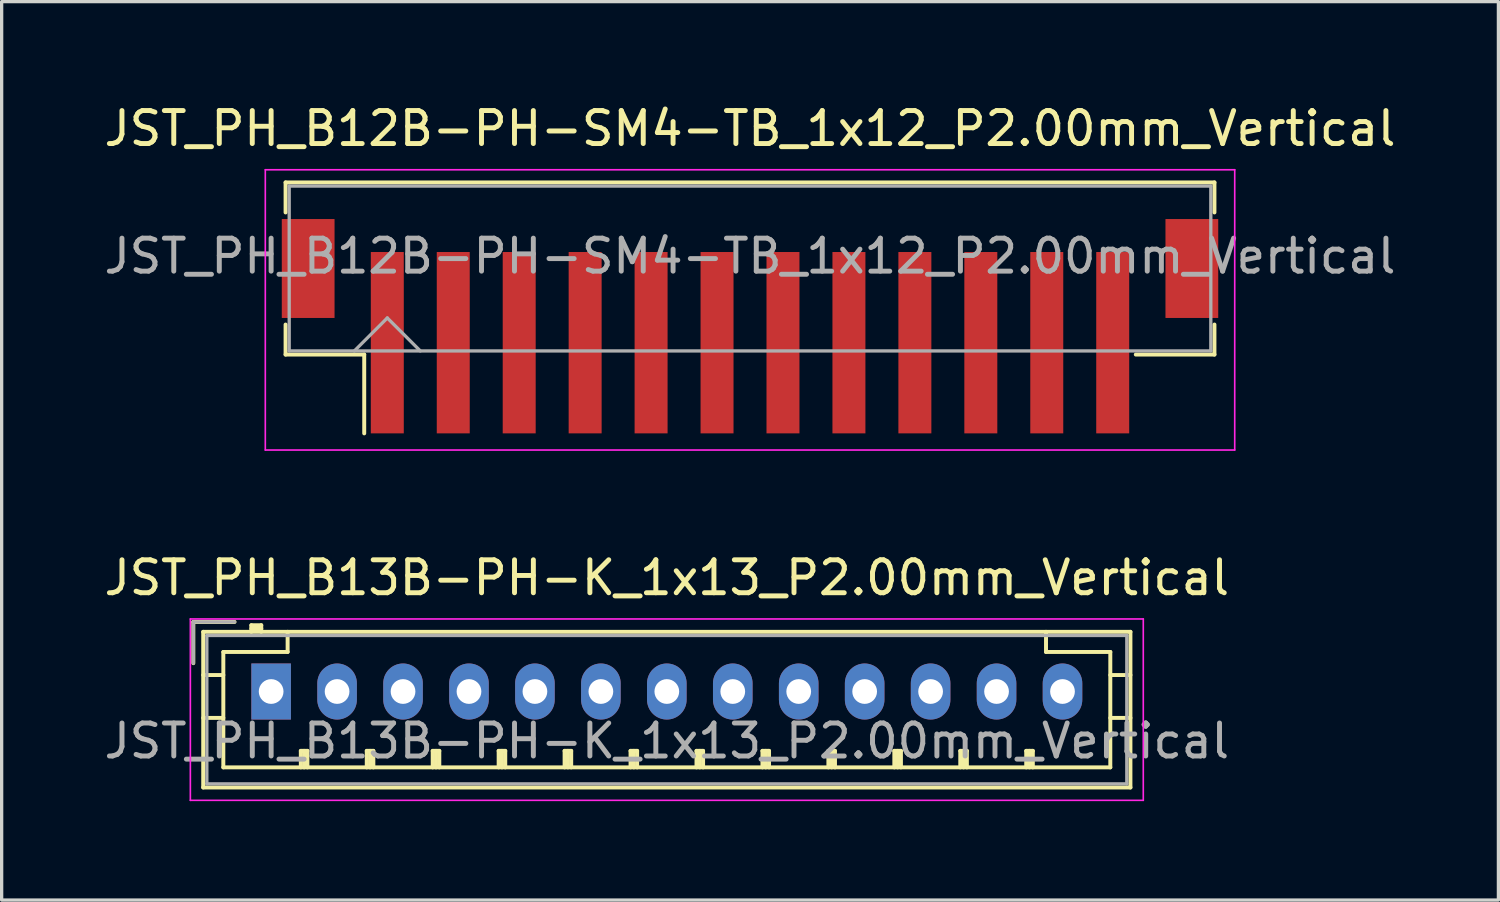
<source format=kicad_pcb>
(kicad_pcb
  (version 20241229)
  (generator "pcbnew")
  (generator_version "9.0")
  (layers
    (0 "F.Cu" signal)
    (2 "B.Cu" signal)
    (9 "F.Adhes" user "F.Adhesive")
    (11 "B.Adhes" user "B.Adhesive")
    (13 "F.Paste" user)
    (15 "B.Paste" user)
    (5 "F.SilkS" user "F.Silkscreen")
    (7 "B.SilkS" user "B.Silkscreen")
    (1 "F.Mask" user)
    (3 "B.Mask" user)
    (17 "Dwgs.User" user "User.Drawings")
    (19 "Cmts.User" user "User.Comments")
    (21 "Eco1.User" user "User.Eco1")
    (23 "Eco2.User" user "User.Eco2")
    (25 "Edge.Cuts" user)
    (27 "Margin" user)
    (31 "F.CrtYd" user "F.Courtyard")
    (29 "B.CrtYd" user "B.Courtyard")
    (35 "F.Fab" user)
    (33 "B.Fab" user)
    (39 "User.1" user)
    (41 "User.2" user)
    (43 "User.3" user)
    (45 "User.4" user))
  (footprint "JST_PH_B12B-PH-SM4-TB_1x12_P2.00mm_Vertical"
    (layer "F.Cu")
    (at 19.696 6.218)
    (property "Reference" "JST_PH_B12B-PH-SM4-TB_1x12_P2.00mm_Vertical" (at 0 -5.37 0) (layer "F.SilkS") (effects (font (size 1 1) (thickness 0.15))))
    (attr smd)
    (fp_line (start -14.085 -3.735) (end 14.085 -3.735) (stroke (width 0.12) (type solid)) (layer "F.SilkS"))
    (fp_line (start -14.085 -2.825) (end -14.085 -3.735) (stroke (width 0.12) (type solid)) (layer "F.SilkS"))
    (fp_line (start -14.085 0.575) (end -14.085 1.485) (stroke (width 0.12) (type solid)) (layer "F.SilkS"))
    (fp_line (start -14.085 1.485) (end -11.7 1.485) (stroke (width 0.12) (type solid)) (layer "F.SilkS"))
    (fp_line (start -11.7 1.485) (end -11.7 3.875) (stroke (width 0.12) (type solid)) (layer "F.SilkS"))
    (fp_line (start 14.085 -3.735) (end 14.085 -2.825) (stroke (width 0.12) (type solid)) (layer "F.SilkS"))
    (fp_line (start 14.085 0.575) (end 14.085 1.485) (stroke (width 0.12) (type solid)) (layer "F.SilkS"))
    (fp_line (start 14.085 1.485) (end 11.7 1.485) (stroke (width 0.12) (type solid)) (layer "F.SilkS"))
    (fp_line (start -14.7 -4.12) (end -14.7 4.38) (stroke (width 0.05) (type solid)) (layer "F.CrtYd"))
    (fp_line (start -14.7 4.38) (end 14.7 4.38) (stroke (width 0.05) (type solid)) (layer "F.CrtYd"))
    (fp_line (start 14.7 -4.12) (end -14.7 -4.12) (stroke (width 0.05) (type solid)) (layer "F.CrtYd"))
    (fp_line (start 14.7 4.38) (end 14.7 -4.12) (stroke (width 0.05) (type solid)) (layer "F.CrtYd"))
    (fp_line (start -13.975 -3.625) (end -13.975 1.375) (stroke (width 0.1) (type solid)) (layer "F.Fab"))
    (fp_line (start -13.975 1.375) (end 13.975 1.375) (stroke (width 0.1) (type solid)) (layer "F.Fab"))
    (fp_line (start -12 1.375) (end -11 0.375) (stroke (width 0.1) (type solid)) (layer "F.Fab"))
    (fp_line (start -11 0.375) (end -10 1.375) (stroke (width 0.1) (type solid)) (layer "F.Fab"))
    (fp_line (start 13.975 -3.625) (end -13.975 -3.625) (stroke (width 0.1) (type solid)) (layer "F.Fab"))
    (fp_line (start 13.975 1.375) (end 13.975 -3.625) (stroke (width 0.1) (type solid)) (layer "F.Fab"))
    (fp_text user "${REFERENCE}" (at 0 -1.5 0) (layer "F.Fab") (effects (font (size 1 1) (thickness 0.15))))
    (pad "" smd rect (at -13.4 -1.125) (size 1.6 3) (layers "F.Cu" "F.Mask" "F.Paste"))
    (pad "" smd rect (at 13.4 -1.125) (size 1.6 3) (layers "F.Cu" "F.Mask" "F.Paste"))
    (pad "1" smd rect (at -11 1.125) (size 1 5.5) (layers "F.Cu" "F.Mask" "F.Paste"))
    (pad "2" smd rect (at -9 1.125) (size 1 5.5) (layers "F.Cu" "F.Mask" "F.Paste"))
    (pad "3" smd rect (at -7 1.125) (size 1 5.5) (layers "F.Cu" "F.Mask" "F.Paste"))
    (pad "4" smd rect (at -5 1.125) (size 1 5.5) (layers "F.Cu" "F.Mask" "F.Paste"))
    (pad "5" smd rect (at -3 1.125) (size 1 5.5) (layers "F.Cu" "F.Mask" "F.Paste"))
    (pad "6" smd rect (at -1 1.125) (size 1 5.5) (layers "F.Cu" "F.Mask" "F.Paste"))
    (pad "7" smd rect (at 1 1.125) (size 1 5.5) (layers "F.Cu" "F.Mask" "F.Paste"))
    (pad "8" smd rect (at 3 1.125) (size 1 5.5) (layers "F.Cu" "F.Mask" "F.Paste"))
    (pad "9" smd rect (at 5 1.125) (size 1 5.5) (layers "F.Cu" "F.Mask" "F.Paste"))
    (pad "10" smd rect (at 7 1.125) (size 1 5.5) (layers "F.Cu" "F.Mask" "F.Paste"))
    (pad "11" smd rect (at 9 1.125) (size 1 5.5) (layers "F.Cu" "F.Mask" "F.Paste"))
    (pad "12" smd rect (at 11 1.125) (size 1 5.5) (layers "F.Cu" "F.Mask" "F.Paste")))
  (footprint "JST_PH_B13B-PH-K_1x13_P2.00mm_Vertical"
    (layer "F.Cu")
    (at 5.173 17.922)
    (property "Reference" "JST_PH_B13B-PH-K_1x13_P2.00mm_Vertical" (at 12 -3.45 0) (layer "F.SilkS") (effects (font (size 1 1) (thickness 0.15))))
    (attr through_hole)
    (fp_line (start -2.36 -2.11) (end -2.36 -0.86) (stroke (width 0.12) (type solid)) (layer "F.SilkS"))
    (fp_line (start -2.06 -1.81) (end -2.06 2.91) (stroke (width 0.12) (type solid)) (layer "F.SilkS"))
    (fp_line (start -2.06 -0.5) (end -1.45 -0.5) (stroke (width 0.12) (type solid)) (layer "F.SilkS"))
    (fp_line (start -2.06 0.8) (end -1.45 0.8) (stroke (width 0.12) (type solid)) (layer "F.SilkS"))
    (fp_line (start -2.06 2.91) (end 26.06 2.91) (stroke (width 0.12) (type solid)) (layer "F.SilkS"))
    (fp_line (start -1.45 -1.2) (end -1.45 2.3) (stroke (width 0.12) (type solid)) (layer "F.SilkS"))
    (fp_line (start -1.45 2.3) (end 25.45 2.3) (stroke (width 0.12) (type solid)) (layer "F.SilkS"))
    (fp_line (start -1.11 -2.11) (end -2.36 -2.11) (stroke (width 0.12) (type solid)) (layer "F.SilkS"))
    (fp_line (start -0.6 -2.01) (end -0.6 -1.81) (stroke (width 0.12) (type solid)) (layer "F.SilkS"))
    (fp_line (start -0.3 -2.01) (end -0.6 -2.01) (stroke (width 0.12) (type solid)) (layer "F.SilkS"))
    (fp_line (start -0.3 -1.91) (end -0.6 -1.91) (stroke (width 0.12) (type solid)) (layer "F.SilkS"))
    (fp_line (start -0.3 -1.81) (end -0.3 -2.01) (stroke (width 0.12) (type solid)) (layer "F.SilkS"))
    (fp_line (start 0.5 -1.81) (end 0.5 -1.2) (stroke (width 0.12) (type solid)) (layer "F.SilkS"))
    (fp_line (start 0.5 -1.2) (end -1.45 -1.2) (stroke (width 0.12) (type solid)) (layer "F.SilkS"))
    (fp_line (start 0.9 1.8) (end 1.1 1.8) (stroke (width 0.12) (type solid)) (layer "F.SilkS"))
    (fp_line (start 0.9 2.3) (end 0.9 1.8) (stroke (width 0.12) (type solid)) (layer "F.SilkS"))
    (fp_line (start 1 2.3) (end 1 1.8) (stroke (width 0.12) (type solid)) (layer "F.SilkS"))
    (fp_line (start 1.1 1.8) (end 1.1 2.3) (stroke (width 0.12) (type solid)) (layer "F.SilkS"))
    (fp_line (start 2.9 1.8) (end 3.1 1.8) (stroke (width 0.12) (type solid)) (layer "F.SilkS"))
    (fp_line (start 2.9 2.3) (end 2.9 1.8) (stroke (width 0.12) (type solid)) (layer "F.SilkS"))
    (fp_line (start 3 2.3) (end 3 1.8) (stroke (width 0.12) (type solid)) (layer "F.SilkS"))
    (fp_line (start 3.1 1.8) (end 3.1 2.3) (stroke (width 0.12) (type solid)) (layer "F.SilkS"))
    (fp_line (start 4.9 1.8) (end 5.1 1.8) (stroke (width 0.12) (type solid)) (layer "F.SilkS"))
    (fp_line (start 4.9 2.3) (end 4.9 1.8) (stroke (width 0.12) (type solid)) (layer "F.SilkS"))
    (fp_line (start 5 2.3) (end 5 1.8) (stroke (width 0.12) (type solid)) (layer "F.SilkS"))
    (fp_line (start 5.1 1.8) (end 5.1 2.3) (stroke (width 0.12) (type solid)) (layer "F.SilkS"))
    (fp_line (start 6.9 1.8) (end 7.1 1.8) (stroke (width 0.12) (type solid)) (layer "F.SilkS"))
    (fp_line (start 6.9 2.3) (end 6.9 1.8) (stroke (width 0.12) (type solid)) (layer "F.SilkS"))
    (fp_line (start 7 2.3) (end 7 1.8) (stroke (width 0.12) (type solid)) (layer "F.SilkS"))
    (fp_line (start 7.1 1.8) (end 7.1 2.3) (stroke (width 0.12) (type solid)) (layer "F.SilkS"))
    (fp_line (start 8.9 1.8) (end 9.1 1.8) (stroke (width 0.12) (type solid)) (layer "F.SilkS"))
    (fp_line (start 8.9 2.3) (end 8.9 1.8) (stroke (width 0.12) (type solid)) (layer "F.SilkS"))
    (fp_line (start 9 2.3) (end 9 1.8) (stroke (width 0.12) (type solid)) (layer "F.SilkS"))
    (fp_line (start 9.1 1.8) (end 9.1 2.3) (stroke (width 0.12) (type solid)) (layer "F.SilkS"))
    (fp_line (start 10.9 1.8) (end 11.1 1.8) (stroke (width 0.12) (type solid)) (layer "F.SilkS"))
    (fp_line (start 10.9 2.3) (end 10.9 1.8) (stroke (width 0.12) (type solid)) (layer "F.SilkS"))
    (fp_line (start 11 2.3) (end 11 1.8) (stroke (width 0.12) (type solid)) (layer "F.SilkS"))
    (fp_line (start 11.1 1.8) (end 11.1 2.3) (stroke (width 0.12) (type solid)) (layer "F.SilkS"))
    (fp_line (start 12.9 1.8) (end 13.1 1.8) (stroke (width 0.12) (type solid)) (layer "F.SilkS"))
    (fp_line (start 12.9 2.3) (end 12.9 1.8) (stroke (width 0.12) (type solid)) (layer "F.SilkS"))
    (fp_line (start 13 2.3) (end 13 1.8) (stroke (width 0.12) (type solid)) (layer "F.SilkS"))
    (fp_line (start 13.1 1.8) (end 13.1 2.3) (stroke (width 0.12) (type solid)) (layer "F.SilkS"))
    (fp_line (start 14.9 1.8) (end 15.1 1.8) (stroke (width 0.12) (type solid)) (layer "F.SilkS"))
    (fp_line (start 14.9 2.3) (end 14.9 1.8) (stroke (width 0.12) (type solid)) (layer "F.SilkS"))
    (fp_line (start 15 2.3) (end 15 1.8) (stroke (width 0.12) (type solid)) (layer "F.SilkS"))
    (fp_line (start 15.1 1.8) (end 15.1 2.3) (stroke (width 0.12) (type solid)) (layer "F.SilkS"))
    (fp_line (start 16.9 1.8) (end 17.1 1.8) (stroke (width 0.12) (type solid)) (layer "F.SilkS"))
    (fp_line (start 16.9 2.3) (end 16.9 1.8) (stroke (width 0.12) (type solid)) (layer "F.SilkS"))
    (fp_line (start 17 2.3) (end 17 1.8) (stroke (width 0.12) (type solid)) (layer "F.SilkS"))
    (fp_line (start 17.1 1.8) (end 17.1 2.3) (stroke (width 0.12) (type solid)) (layer "F.SilkS"))
    (fp_line (start 18.9 1.8) (end 19.1 1.8) (stroke (width 0.12) (type solid)) (layer "F.SilkS"))
    (fp_line (start 18.9 2.3) (end 18.9 1.8) (stroke (width 0.12) (type solid)) (layer "F.SilkS"))
    (fp_line (start 19 2.3) (end 19 1.8) (stroke (width 0.12) (type solid)) (layer "F.SilkS"))
    (fp_line (start 19.1 1.8) (end 19.1 2.3) (stroke (width 0.12) (type solid)) (layer "F.SilkS"))
    (fp_line (start 20.9 1.8) (end 21.1 1.8) (stroke (width 0.12) (type solid)) (layer "F.SilkS"))
    (fp_line (start 20.9 2.3) (end 20.9 1.8) (stroke (width 0.12) (type solid)) (layer "F.SilkS"))
    (fp_line (start 21 2.3) (end 21 1.8) (stroke (width 0.12) (type solid)) (layer "F.SilkS"))
    (fp_line (start 21.1 1.8) (end 21.1 2.3) (stroke (width 0.12) (type solid)) (layer "F.SilkS"))
    (fp_line (start 22.9 1.8) (end 23.1 1.8) (stroke (width 0.12) (type solid)) (layer "F.SilkS"))
    (fp_line (start 22.9 2.3) (end 22.9 1.8) (stroke (width 0.12) (type solid)) (layer "F.SilkS"))
    (fp_line (start 23 2.3) (end 23 1.8) (stroke (width 0.12) (type solid)) (layer "F.SilkS"))
    (fp_line (start 23.1 1.8) (end 23.1 2.3) (stroke (width 0.12) (type solid)) (layer "F.SilkS"))
    (fp_line (start 23.5 -1.2) (end 23.5 -1.81) (stroke (width 0.12) (type solid)) (layer "F.SilkS"))
    (fp_line (start 25.45 -1.2) (end 23.5 -1.2) (stroke (width 0.12) (type solid)) (layer "F.SilkS"))
    (fp_line (start 25.45 2.3) (end 25.45 -1.2) (stroke (width 0.12) (type solid)) (layer "F.SilkS"))
    (fp_line (start 26.06 -1.81) (end -2.06 -1.81) (stroke (width 0.12) (type solid)) (layer "F.SilkS"))
    (fp_line (start 26.06 -0.5) (end 25.45 -0.5) (stroke (width 0.12) (type solid)) (layer "F.SilkS"))
    (fp_line (start 26.06 0.8) (end 25.45 0.8) (stroke (width 0.12) (type solid)) (layer "F.SilkS"))
    (fp_line (start 26.06 2.91) (end 26.06 -1.81) (stroke (width 0.12) (type solid)) (layer "F.SilkS"))
    (fp_line (start -2.45 -2.2) (end -2.45 3.3) (stroke (width 0.05) (type solid)) (layer "F.CrtYd"))
    (fp_line (start -2.45 3.3) (end 26.45 3.3) (stroke (width 0.05) (type solid)) (layer "F.CrtYd"))
    (fp_line (start 26.45 -2.2) (end -2.45 -2.2) (stroke (width 0.05) (type solid)) (layer "F.CrtYd"))
    (fp_line (start 26.45 3.3) (end 26.45 -2.2) (stroke (width 0.05) (type solid)) (layer "F.CrtYd"))
    (fp_line (start -2.36 -2.11) (end -2.36 -0.86) (stroke (width 0.1) (type solid)) (layer "F.Fab"))
    (fp_line (start -1.95 -1.7) (end -1.95 2.8) (stroke (width 0.1) (type solid)) (layer "F.Fab"))
    (fp_line (start -1.95 2.8) (end 25.95 2.8) (stroke (width 0.1) (type solid)) (layer "F.Fab"))
    (fp_line (start -1.11 -2.11) (end -2.36 -2.11) (stroke (width 0.1) (type solid)) (layer "F.Fab"))
    (fp_line (start 25.95 -1.7) (end -1.95 -1.7) (stroke (width 0.1) (type solid)) (layer "F.Fab"))
    (fp_line (start 25.95 2.8) (end 25.95 -1.7) (stroke (width 0.1) (type solid)) (layer "F.Fab"))
    (fp_text user "${REFERENCE}" (at 12 1.5 0) (layer "F.Fab") (effects (font (size 1 1) (thickness 0.15))))
    (pad "1" thru_hole rect (at 0 0) (size 1.2 1.7) (drill 0.75) (layers "*.Cu" "*.Mask"))
    (pad "2" thru_hole oval (at 2 0) (size 1.2 1.7) (drill 0.75) (layers "*.Cu" "*.Mask"))
    (pad "3" thru_hole oval (at 4 0) (size 1.2 1.7) (drill 0.75) (layers "*.Cu" "*.Mask"))
    (pad "4" thru_hole oval (at 6 0) (size 1.2 1.7) (drill 0.75) (layers "*.Cu" "*.Mask"))
    (pad "5" thru_hole oval (at 8 0) (size 1.2 1.7) (drill 0.75) (layers "*.Cu" "*.Mask"))
    (pad "6" thru_hole oval (at 10 0) (size 1.2 1.7) (drill 0.75) (layers "*.Cu" "*.Mask"))
    (pad "7" thru_hole oval (at 12 0) (size 1.2 1.7) (drill 0.75) (layers "*.Cu" "*.Mask"))
    (pad "8" thru_hole oval (at 14 0) (size 1.2 1.7) (drill 0.75) (layers "*.Cu" "*.Mask"))
    (pad "9" thru_hole oval (at 16 0) (size 1.2 1.7) (drill 0.75) (layers "*.Cu" "*.Mask"))
    (pad "10" thru_hole oval (at 18 0) (size 1.2 1.7) (drill 0.75) (layers "*.Cu" "*.Mask"))
    (pad "11" thru_hole oval (at 20 0) (size 1.2 1.7) (drill 0.75) (layers "*.Cu" "*.Mask"))
    (pad "12" thru_hole oval (at 22 0) (size 1.2 1.7) (drill 0.75) (layers "*.Cu" "*.Mask"))
    (pad "13" thru_hole oval (at 24 0) (size 1.2 1.7) (drill 0.75) (layers "*.Cu" "*.Mask")))
  (gr_rect
    (start -3 -3)
    (end 42.393 24.247)
    (stroke (width 0.1) (type default))
    (fill no)
    (layer "Edge.Cuts")))
</source>
